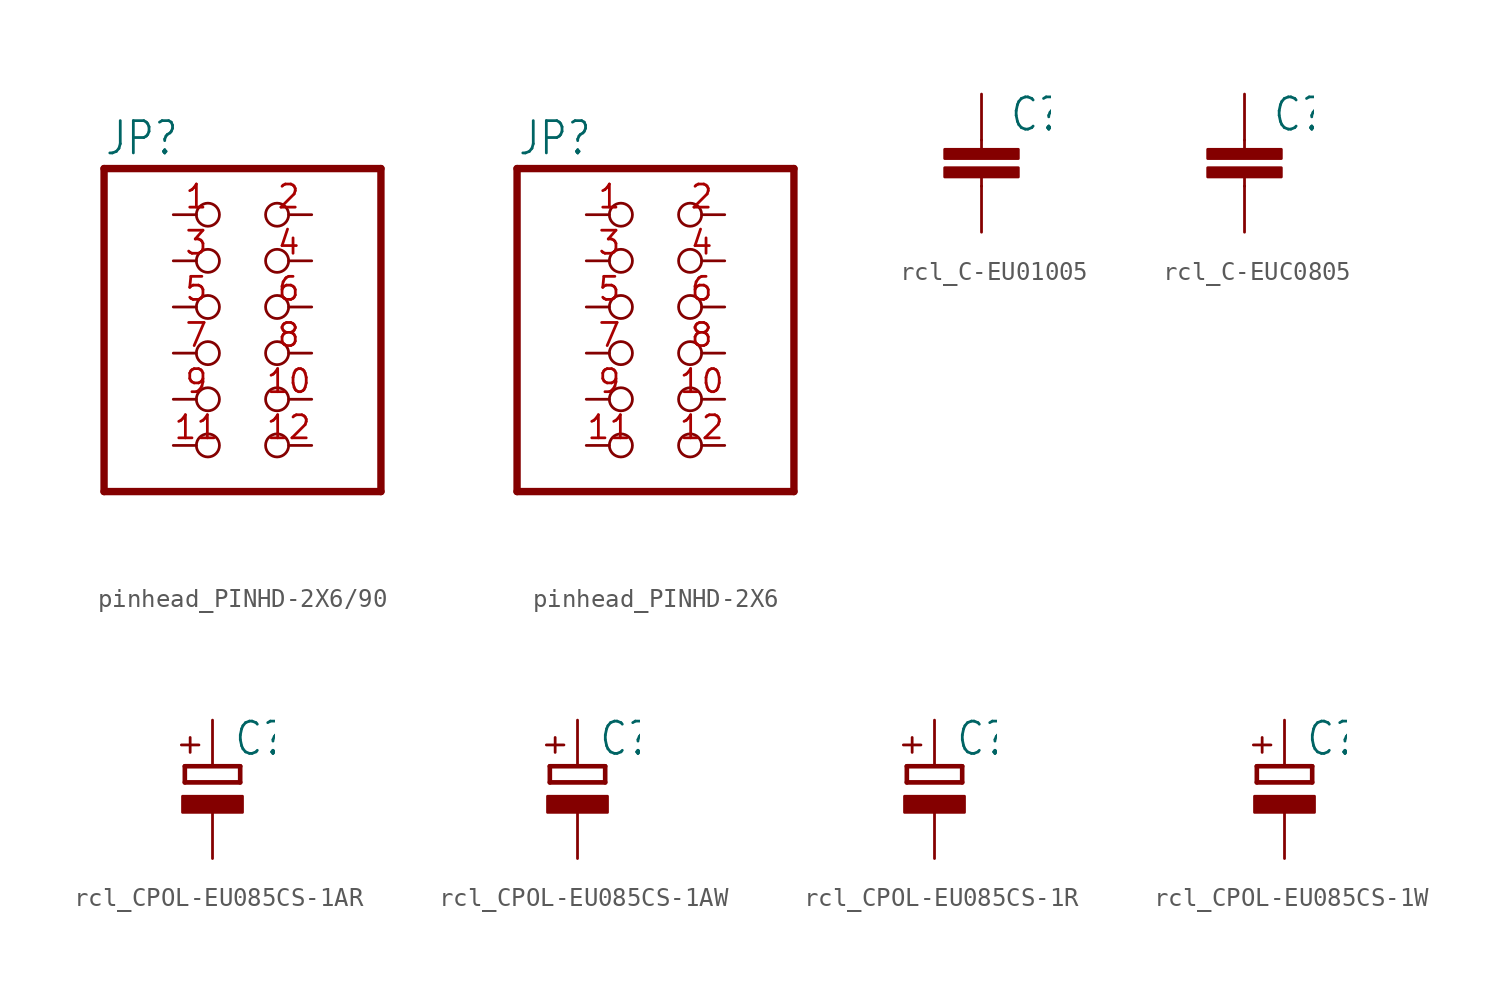
<source format=kicad_sym>
(kicad_symbol_lib
  (version 20241209)
  (generator "kicad_symbol_editor")
  (generator_version "9.0")
  (symbol "pinhead_PINHD-2X6/90"
    (property "Reference" "JP"
      (at -6.35 8.255 0)
      (effects (font (size 1.778 1.511)) (justify left bottom)))
    (property "Value" ""
      (at -6.35 -12.7 0)
      (effects (font (size 1.778 1.511)) (justify left bottom)))
    (property "ki_locked" ""
      (at 0 0 0)
      (effects (font (size 1.27 1.27))))
    (symbol "pinhead_PINHD-2X6/90_1_0"
      (polyline (pts (xy -6.35 7.62) (xy -6.35 -10.16)) (stroke (width 0.406) (type solid)) (fill (type none)))
      (polyline (pts (xy -6.35 -10.16) (xy 8.89 -10.16)) (stroke (width 0.406) (type solid)) (fill (type none)))
      (polyline (pts (xy 8.89 7.62) (xy -6.35 7.62)) (stroke (width 0.406) (type solid)) (fill (type none)))
      (polyline (pts (xy 8.89 -10.16) (xy 8.89 7.62)) (stroke (width 0.406) (type solid)) (fill (type none)))
      (pin passive inverted (at -2.54 5.08 0) (length 2.54) (name "1" (effects (font (size 0 0)))) (number "1" (effects (font (size 1.27 1.27)))))
      (pin passive inverted (at -2.54 2.54 0) (length 2.54) (name "3" (effects (font (size 0 0)))) (number "3" (effects (font (size 1.27 1.27)))))
      (pin passive inverted (at -2.54 0 0) (length 2.54) (name "5" (effects (font (size 0 0)))) (number "5" (effects (font (size 1.27 1.27)))))
      (pin passive inverted (at -2.54 -2.54 0) (length 2.54) (name "7" (effects (font (size 0 0)))) (number "7" (effects (font (size 1.27 1.27)))))
      (pin passive inverted (at -2.54 -5.08 0) (length 2.54) (name "9" (effects (font (size 0 0)))) (number "9" (effects (font (size 1.27 1.27)))))
      (pin passive inverted (at -2.54 -7.62 0) (length 2.54) (name "11" (effects (font (size 0 0)))) (number "11" (effects (font (size 1.27 1.27)))))
      (pin passive inverted (at 5.08 5.08 180) (length 2.54) (name "2" (effects (font (size 0 0)))) (number "2" (effects (font (size 1.27 1.27)))))
      (pin passive inverted (at 5.08 2.54 180) (length 2.54) (name "4" (effects (font (size 0 0)))) (number "4" (effects (font (size 1.27 1.27)))))
      (pin passive inverted (at 5.08 0 180) (length 2.54) (name "6" (effects (font (size 0 0)))) (number "6" (effects (font (size 1.27 1.27)))))
      (pin passive inverted (at 5.08 -2.54 180) (length 2.54) (name "8" (effects (font (size 0 0)))) (number "8" (effects (font (size 1.27 1.27)))))
      (pin passive inverted (at 5.08 -5.08 180) (length 2.54) (name "10" (effects (font (size 0 0)))) (number "10" (effects (font (size 1.27 1.27)))))
      (pin passive inverted (at 5.08 -7.62 180) (length 2.54) (name "12" (effects (font (size 0 0)))) (number "12" (effects (font (size 1.27 1.27)))))))
  (symbol "pinhead_PINHD-2X6"
    (property "Reference" "JP"
      (at -6.35 8.255 0)
      (effects (font (size 1.778 1.511)) (justify left bottom)))
    (property "Value" ""
      (at -6.35 -12.7 0)
      (effects (font (size 1.778 1.511)) (justify left bottom)))
    (property "ki_locked" ""
      (at 0 0 0)
      (effects (font (size 1.27 1.27))))
    (symbol "pinhead_PINHD-2X6_1_0"
      (polyline (pts (xy -6.35 7.62) (xy -6.35 -10.16)) (stroke (width 0.406) (type solid)) (fill (type none)))
      (polyline (pts (xy -6.35 -10.16) (xy 8.89 -10.16)) (stroke (width 0.406) (type solid)) (fill (type none)))
      (polyline (pts (xy 8.89 7.62) (xy -6.35 7.62)) (stroke (width 0.406) (type solid)) (fill (type none)))
      (polyline (pts (xy 8.89 -10.16) (xy 8.89 7.62)) (stroke (width 0.406) (type solid)) (fill (type none)))
      (pin passive inverted (at -2.54 5.08 0) (length 2.54) (name "1" (effects (font (size 0 0)))) (number "1" (effects (font (size 1.27 1.27)))))
      (pin passive inverted (at -2.54 2.54 0) (length 2.54) (name "3" (effects (font (size 0 0)))) (number "3" (effects (font (size 1.27 1.27)))))
      (pin passive inverted (at -2.54 0 0) (length 2.54) (name "5" (effects (font (size 0 0)))) (number "5" (effects (font (size 1.27 1.27)))))
      (pin passive inverted (at -2.54 -2.54 0) (length 2.54) (name "7" (effects (font (size 0 0)))) (number "7" (effects (font (size 1.27 1.27)))))
      (pin passive inverted (at -2.54 -5.08 0) (length 2.54) (name "9" (effects (font (size 0 0)))) (number "9" (effects (font (size 1.27 1.27)))))
      (pin passive inverted (at -2.54 -7.62 0) (length 2.54) (name "11" (effects (font (size 0 0)))) (number "11" (effects (font (size 1.27 1.27)))))
      (pin passive inverted (at 5.08 5.08 180) (length 2.54) (name "2" (effects (font (size 0 0)))) (number "2" (effects (font (size 1.27 1.27)))))
      (pin passive inverted (at 5.08 2.54 180) (length 2.54) (name "4" (effects (font (size 0 0)))) (number "4" (effects (font (size 1.27 1.27)))))
      (pin passive inverted (at 5.08 0 180) (length 2.54) (name "6" (effects (font (size 0 0)))) (number "6" (effects (font (size 1.27 1.27)))))
      (pin passive inverted (at 5.08 -2.54 180) (length 2.54) (name "8" (effects (font (size 0 0)))) (number "8" (effects (font (size 1.27 1.27)))))
      (pin passive inverted (at 5.08 -5.08 180) (length 2.54) (name "10" (effects (font (size 0 0)))) (number "10" (effects (font (size 1.27 1.27)))))
      (pin passive inverted (at 5.08 -7.62 180) (length 2.54) (name "12" (effects (font (size 0 0)))) (number "12" (effects (font (size 1.27 1.27)))))))
  (symbol "rcl_C-EU01005"
    (property "Reference" "C"
      (at 1.524 0.381 0)
      (effects (font (size 1.778 1.511)) (justify left bottom)))
    (property "Value" ""
      (at 1.524 -4.699 0)
      (effects (font (size 1.778 1.511)) (justify left bottom)))
    (property "ki_locked" ""
      (at 0 0 0)
      (effects (font (size 1.27 1.27))))
    (symbol "rcl_C-EU01005_1_0"
      (rectangle (start -2.032 -1.016) (end 2.032 -0.508) (stroke (width 0) (type default)) (fill (type outline)))
      (rectangle (start -2.032 -2.032) (end 2.032 -1.524) (stroke (width 0) (type default)) (fill (type outline)))
      (polyline (pts (xy 0 0) (xy 0 -0.508)) (stroke (width 0.152) (type solid)) (fill (type none)))
      (polyline (pts (xy 0 -2.54) (xy 0 -2.032)) (stroke (width 0.152) (type solid)) (fill (type none)))
      (pin passive line (at 0 2.54 270) (length 2.54) (name "1" (effects (font (size 0 0)))) (number "1" (effects (font (size 0 0)))))
      (pin passive line (at 0 -5.08 90) (length 2.54) (name "2" (effects (font (size 0 0)))) (number "2" (effects (font (size 0 0)))))))
  (symbol "rcl_C-EUC0805"
    (property "Reference" "C"
      (at 1.524 0.381 0)
      (effects (font (size 1.778 1.511)) (justify left bottom)))
    (property "Value" ""
      (at 1.524 -4.699 0)
      (effects (font (size 1.778 1.511)) (justify left bottom)))
    (symbol "rcl_C-EUC0805_1_0"
      (rectangle (start -2.032 -1.016) (end 2.032 -0.508) (stroke (width 0) (type default)) (fill (type outline)))
      (rectangle (start -2.032 -2.032) (end 2.032 -1.524) (stroke (width 0) (type default)) (fill (type outline)))
      (polyline (pts (xy 0 0) (xy 0 -0.508)) (stroke (width 0.152) (type solid)) (fill (type none)))
      (polyline (pts (xy 0 -2.54) (xy 0 -2.032)) (stroke (width 0.152) (type solid)) (fill (type none)))
      (pin passive line (at 0 2.54 270) (length 2.54) (name "1" (effects (font (size 0 0)))) (number "1" (effects (font (size 0 0)))))
      (pin passive line (at 0 -5.08 90) (length 2.54) (name "2" (effects (font (size 0 0)))) (number "2" (effects (font (size 0 0)))))))
  (symbol "rcl_CPOL-EU085CS-1AR"
    (property "Reference" "C"
      (at 1.143 0.483 0)
      (effects (font (size 1.778 1.511)) (justify left bottom)))
    (property "Value" ""
      (at 1.143 -4.597 0)
      (effects (font (size 1.778 1.511)) (justify left bottom)))
    (property "ki_locked" ""
      (at 0 0 0)
      (effects (font (size 1.27 1.27))))
    (symbol "rcl_CPOL-EU085CS-1AR_1_0"
      (rectangle (start -1.651 -2.54) (end 1.651 -1.651) (stroke (width 0) (type default)) (fill (type outline)))
      (polyline (pts (xy -1.524 0) (xy -1.524 -0.889)) (stroke (width 0.254) (type solid)) (fill (type none)))
      (polyline (pts (xy -1.524 0) (xy 1.524 0)) (stroke (width 0.254) (type solid)) (fill (type none)))
      (polyline (pts (xy -1.524 -0.889) (xy 1.524 -0.889)) (stroke (width 0.254) (type solid)) (fill (type none)))
      (polyline (pts (xy 1.524 -0.889) (xy 1.524 0)) (stroke (width 0.254) (type solid)) (fill (type none)))
      (text "+" (at -0.584 0.406 900) (effects (font (size 1.27 1.079)) (justify left bottom)))
      (pin passive line (at 0 2.54 270) (length 2.54) (name "+" (effects (font (size 0 0)))) (number "+" (effects (font (size 0 0)))))
      (pin passive line (at 0 -5.08 90) (length 2.54) (name "-" (effects (font (size 0 0)))) (number "-" (effects (font (size 0 0)))))))
  (symbol "rcl_CPOL-EU085CS-1AW"
    (property "Reference" "C"
      (at 1.143 0.483 0)
      (effects (font (size 1.778 1.511)) (justify left bottom)))
    (property "Value" ""
      (at 1.143 -4.597 0)
      (effects (font (size 1.778 1.511)) (justify left bottom)))
    (property "ki_locked" ""
      (at 0 0 0)
      (effects (font (size 1.27 1.27))))
    (symbol "rcl_CPOL-EU085CS-1AW_1_0"
      (rectangle (start -1.651 -2.54) (end 1.651 -1.651) (stroke (width 0) (type default)) (fill (type outline)))
      (polyline (pts (xy -1.524 0) (xy -1.524 -0.889)) (stroke (width 0.254) (type solid)) (fill (type none)))
      (polyline (pts (xy -1.524 0) (xy 1.524 0)) (stroke (width 0.254) (type solid)) (fill (type none)))
      (polyline (pts (xy -1.524 -0.889) (xy 1.524 -0.889)) (stroke (width 0.254) (type solid)) (fill (type none)))
      (polyline (pts (xy 1.524 -0.889) (xy 1.524 0)) (stroke (width 0.254) (type solid)) (fill (type none)))
      (text "+" (at -0.584 0.406 900) (effects (font (size 1.27 1.079)) (justify left bottom)))
      (pin passive line (at 0 2.54 270) (length 2.54) (name "+" (effects (font (size 0 0)))) (number "+" (effects (font (size 0 0)))))
      (pin passive line (at 0 -5.08 90) (length 2.54) (name "-" (effects (font (size 0 0)))) (number "-" (effects (font (size 0 0)))))))
  (symbol "rcl_CPOL-EU085CS-1R"
    (property "Reference" "C"
      (at 1.143 0.483 0)
      (effects (font (size 1.778 1.511)) (justify left bottom)))
    (property "Value" ""
      (at 1.143 -4.597 0)
      (effects (font (size 1.778 1.511)) (justify left bottom)))
    (property "ki_locked" ""
      (at 0 0 0)
      (effects (font (size 1.27 1.27))))
    (symbol "rcl_CPOL-EU085CS-1R_1_0"
      (rectangle (start -1.651 -2.54) (end 1.651 -1.651) (stroke (width 0) (type default)) (fill (type outline)))
      (polyline (pts (xy -1.524 0) (xy -1.524 -0.889)) (stroke (width 0.254) (type solid)) (fill (type none)))
      (polyline (pts (xy -1.524 0) (xy 1.524 0)) (stroke (width 0.254) (type solid)) (fill (type none)))
      (polyline (pts (xy -1.524 -0.889) (xy 1.524 -0.889)) (stroke (width 0.254) (type solid)) (fill (type none)))
      (polyline (pts (xy 1.524 -0.889) (xy 1.524 0)) (stroke (width 0.254) (type solid)) (fill (type none)))
      (text "+" (at -0.584 0.406 900) (effects (font (size 1.27 1.079)) (justify left bottom)))
      (pin passive line (at 0 2.54 270) (length 2.54) (name "+" (effects (font (size 0 0)))) (number "+" (effects (font (size 0 0)))))
      (pin passive line (at 0 -5.08 90) (length 2.54) (name "-" (effects (font (size 0 0)))) (number "-" (effects (font (size 0 0)))))))
  (symbol "rcl_CPOL-EU085CS-1W"
    (property "Reference" "C"
      (at 1.143 0.483 0)
      (effects (font (size 1.778 1.511)) (justify left bottom)))
    (property "Value" ""
      (at 1.143 -4.597 0)
      (effects (font (size 1.778 1.511)) (justify left bottom)))
    (property "ki_locked" ""
      (at 0 0 0)
      (effects (font (size 1.27 1.27))))
    (symbol "rcl_CPOL-EU085CS-1W_1_0"
      (rectangle (start -1.651 -2.54) (end 1.651 -1.651) (stroke (width 0) (type default)) (fill (type outline)))
      (polyline (pts (xy -1.524 0) (xy -1.524 -0.889)) (stroke (width 0.254) (type solid)) (fill (type none)))
      (polyline (pts (xy -1.524 0) (xy 1.524 0)) (stroke (width 0.254) (type solid)) (fill (type none)))
      (polyline (pts (xy -1.524 -0.889) (xy 1.524 -0.889)) (stroke (width 0.254) (type solid)) (fill (type none)))
      (polyline (pts (xy 1.524 -0.889) (xy 1.524 0)) (stroke (width 0.254) (type solid)) (fill (type none)))
      (text "+" (at -0.584 0.406 900) (effects (font (size 1.27 1.079)) (justify left bottom)))
      (pin passive line (at 0 2.54 270) (length 2.54) (name "+" (effects (font (size 0 0)))) (number "+" (effects (font (size 0 0)))))
      (pin passive line (at 0 -5.08 90) (length 2.54) (name "-" (effects (font (size 0 0)))) (number "-" (effects (font (size 0 0))))))))
</source>
